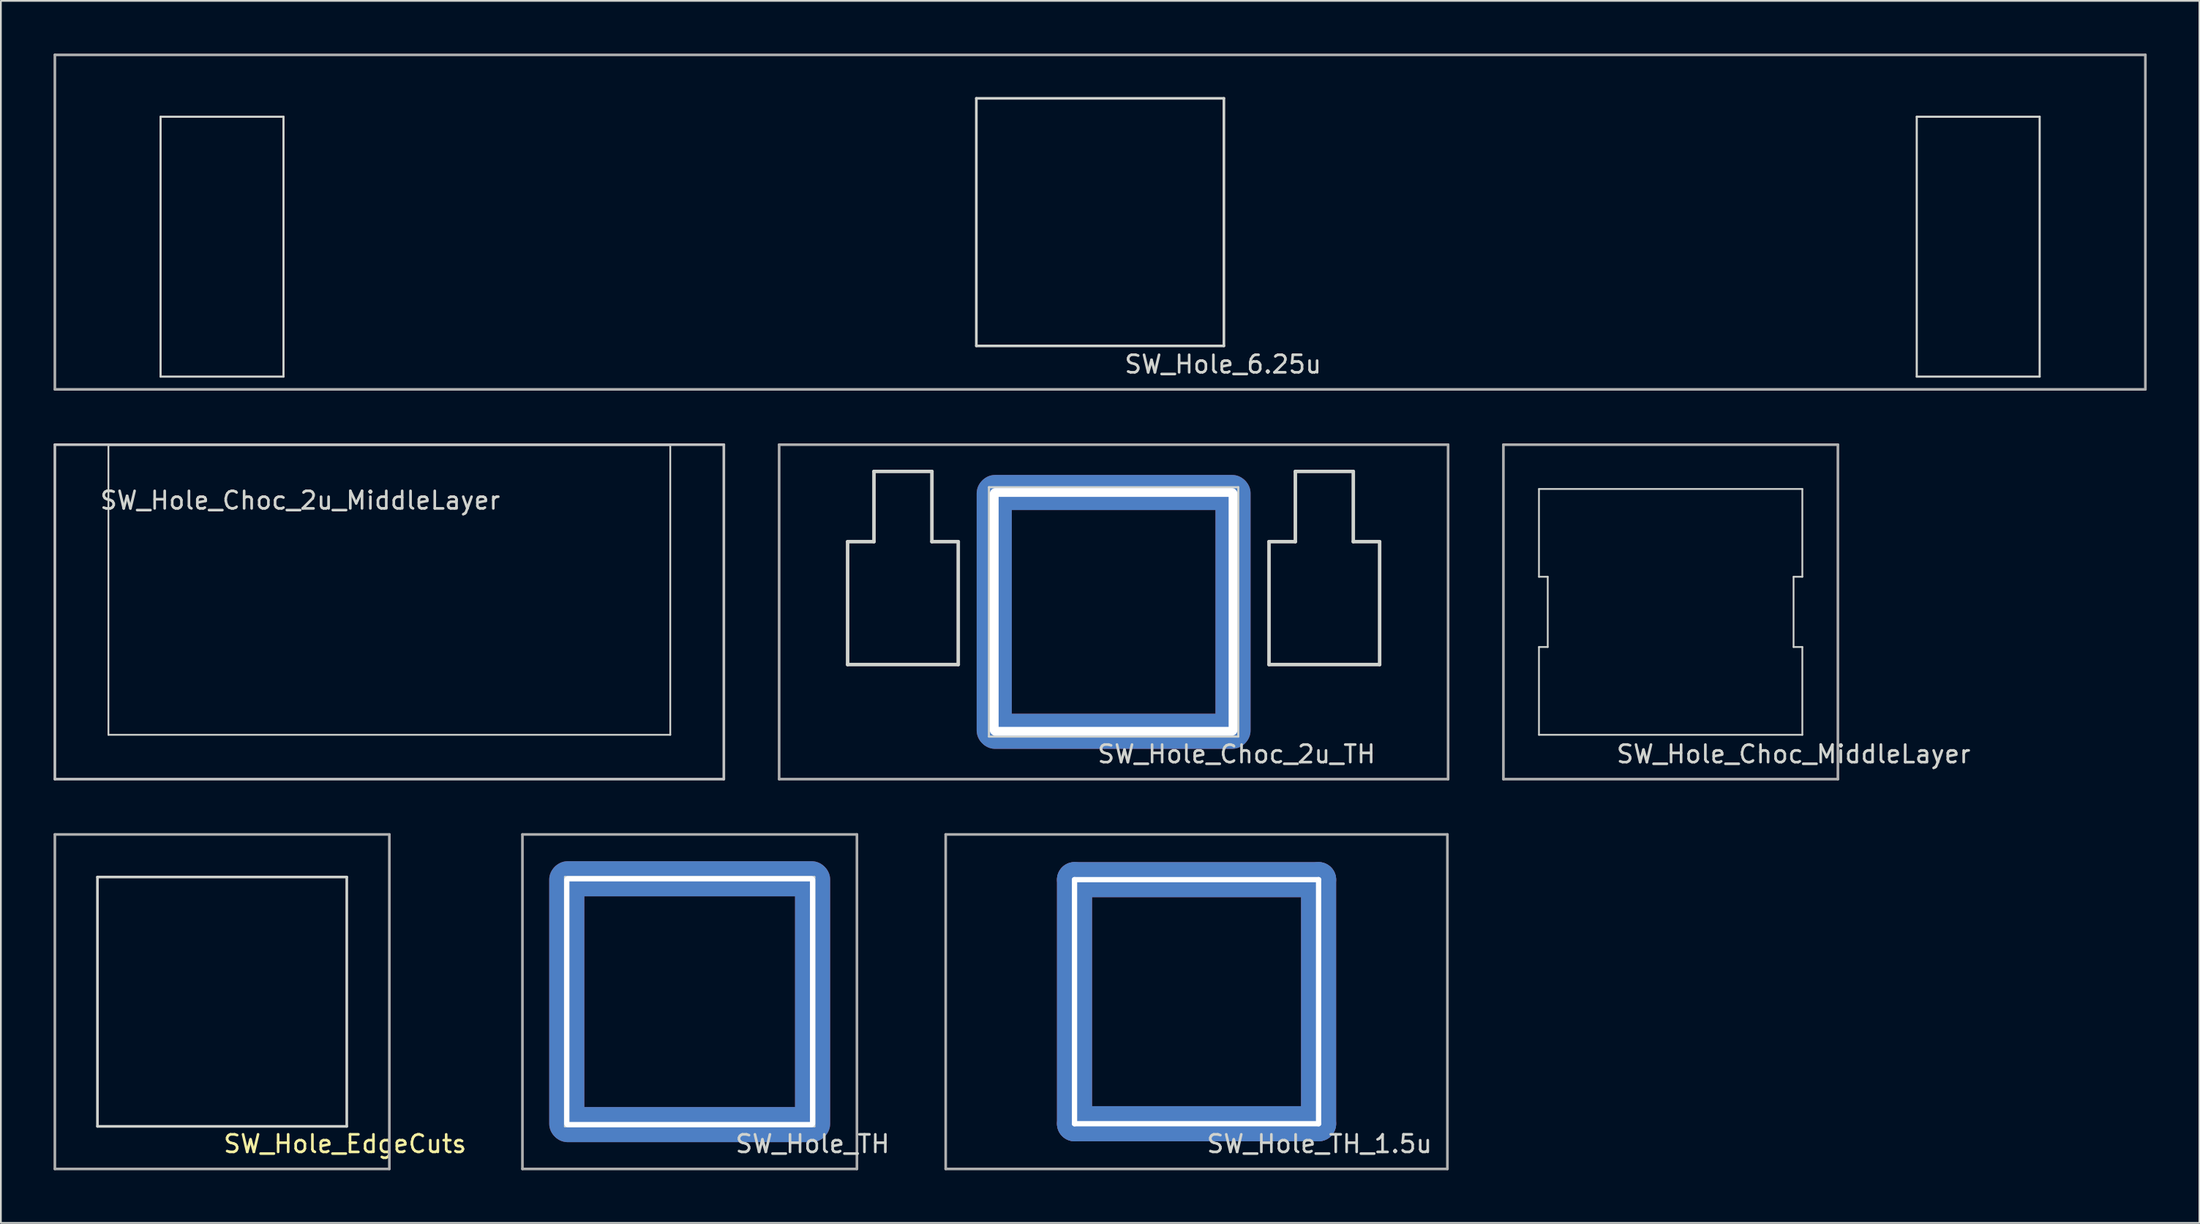
<source format=kicad_pcb>
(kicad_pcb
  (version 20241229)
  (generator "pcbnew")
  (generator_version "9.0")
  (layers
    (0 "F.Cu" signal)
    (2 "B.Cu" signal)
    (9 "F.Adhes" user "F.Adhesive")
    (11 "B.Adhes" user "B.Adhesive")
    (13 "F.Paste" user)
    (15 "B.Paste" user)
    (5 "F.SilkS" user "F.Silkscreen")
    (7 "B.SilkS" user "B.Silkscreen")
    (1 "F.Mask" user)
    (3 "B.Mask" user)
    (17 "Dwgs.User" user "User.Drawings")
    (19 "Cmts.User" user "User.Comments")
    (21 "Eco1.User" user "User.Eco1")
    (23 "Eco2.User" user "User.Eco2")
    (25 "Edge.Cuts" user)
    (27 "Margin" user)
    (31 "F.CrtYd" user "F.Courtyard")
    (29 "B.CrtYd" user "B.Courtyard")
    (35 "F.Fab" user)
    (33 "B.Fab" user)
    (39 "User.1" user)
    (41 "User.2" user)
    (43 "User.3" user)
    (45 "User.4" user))
  (footprint "SW_Hole_6.25u"
    (layer "F.Cu")
    (at 59.606 9.6)
    (property "Reference" "SW_Hole_6.25u" (at 7 8.1 0) (layer "Edge.Cuts") (effects (font (size 1 1) (thickness 0.15))))
    (attr through_hole)
    (fp_line (start -53.51 -6) (end -46.51 -6) (stroke (width 0.12) (type solid)) (layer "Edge.Cuts"))
    (fp_line (start -53.51 8.8) (end -53.51 -6) (stroke (width 0.12) (type solid)) (layer "Edge.Cuts"))
    (fp_line (start -46.51 -6) (end -46.51 8.8) (stroke (width 0.12) (type solid)) (layer "Edge.Cuts"))
    (fp_line (start -46.51 8.8) (end -53.51 8.8) (stroke (width 0.12) (type solid)) (layer "Edge.Cuts"))
    (fp_line (start -7.05 -7.05) (end 7.05 -7.05) (stroke (width 0.15) (type solid)) (layer "Edge.Cuts"))
    (fp_line (start -7.05 7.05) (end -7.05 -7.05) (stroke (width 0.15) (type solid)) (layer "Edge.Cuts"))
    (fp_line (start 7.05 -7.05) (end 7.05 7.05) (stroke (width 0.15) (type solid)) (layer "Edge.Cuts"))
    (fp_line (start 7.05 7.05) (end -7.05 7.05) (stroke (width 0.15) (type solid)) (layer "Edge.Cuts"))
    (fp_line (start 46.51 -6) (end 46.51 8.8) (stroke (width 0.12) (type solid)) (layer "Edge.Cuts"))
    (fp_line (start 46.51 8.8) (end 53.51 8.8) (stroke (width 0.12) (type solid)) (layer "Edge.Cuts"))
    (fp_line (start 53.51 -6) (end 46.51 -6) (stroke (width 0.12) (type solid)) (layer "Edge.Cuts"))
    (fp_line (start 53.51 8.8) (end 53.51 -6) (stroke (width 0.12) (type solid)) (layer "Edge.Cuts"))
    (fp_line (start -59.531 -9.525) (end -59.531 9.525) (stroke (width 0.15) (type solid)) (layer "F.Fab"))
    (fp_line (start -59.531 9.525) (end 59.531 9.525) (stroke (width 0.15) (type solid)) (layer "F.Fab"))
    (fp_line (start 59.531 -9.525) (end -59.531 -9.525) (stroke (width 0.15) (type solid)) (layer "F.Fab"))
    (fp_line (start 59.531 9.525) (end 59.531 -9.525) (stroke (width 0.15) (type solid)) (layer "F.Fab")))
  (footprint "SW_Hole_TH"
    (layer "F.Cu")
    (at 36.23 54)
    (property "Reference" "SW_Hole_TH" (at 7 8.1 0) (layer "Edge.Cuts") (effects (font (size 1 1) (thickness 0.15))))
    (attr through_hole)
    (fp_line (start -7.1 -7.1) (end 7.1 -7.1) (stroke (width 0.12) (type solid)) (layer "Edge.Cuts"))
    (fp_line (start -7.1 7.1) (end -7.1 -7.1) (stroke (width 0.12) (type solid)) (layer "Edge.Cuts"))
    (fp_line (start 7 7) (end -7 7) (stroke (width 0.12) (type solid)) (layer "Edge.Cuts"))
    (fp_line (start 7.1 -7.1) (end 7.1 7.1) (stroke (width 0.12) (type solid)) (layer "Edge.Cuts"))
    (fp_line (start 7.1 7.1) (end -7.1 7.1) (stroke (width 0.12) (type solid)) (layer "Edge.Cuts"))
    (fp_line (start -9.525 -9.525) (end -9.525 9.525) (stroke (width 0.15) (type solid)) (layer "F.Fab"))
    (fp_line (start -9.525 9.525) (end 9.525 9.525) (stroke (width 0.15) (type solid)) (layer "F.Fab"))
    (fp_line (start 9.525 -9.525) (end -9.525 -9.525) (stroke (width 0.15) (type solid)) (layer "F.Fab"))
    (fp_line (start 9.525 9.525) (end 9.525 -9.525) (stroke (width 0.15) (type solid)) (layer "F.Fab"))
    (pad "1" thru_hole oval (at -7 0) (size 2 15.9) (drill oval 0.3 14.2) (layers "*.Cu" "*.Mask"))
    (pad "1" thru_hole oval (at 0 -7 90) (size 2 15.9) (drill oval 0.3 14.2) (layers "*.Cu" "*.Mask"))
    (pad "1" thru_hole oval (at 0 7 90) (size 2 15.9) (drill oval 0.3 14.2) (layers "*.Cu" "*.Mask"))
    (pad "1" thru_hole oval (at 7 0) (size 2 15.9) (drill oval 0.3 14.2) (layers "*.Cu" "*.Mask")))
  (footprint "SW_Hole_EdgeCuts"
    (layer "F.Cu")
    (at 9.6 54)
    (property "Reference" "SW_Hole_EdgeCuts" (at 7 8.1 0) (layer "F.SilkS") (effects (font (size 1 1) (thickness 0.15))))
    (attr through_hole)
    (fp_line (start -7.1 -7.1) (end 7.1 -7.1) (stroke (width 0.15) (type solid)) (layer "Edge.Cuts"))
    (fp_line (start -7.1 7.1) (end -7.1 -7.1) (stroke (width 0.15) (type solid)) (layer "Edge.Cuts"))
    (fp_line (start 7.1 -7.1) (end 7.1 7.1) (stroke (width 0.15) (type solid)) (layer "Edge.Cuts"))
    (fp_line (start 7.1 7.1) (end -7.1 7.1) (stroke (width 0.15) (type solid)) (layer "Edge.Cuts"))
    (fp_line (start -9.525 -9.525) (end -9.525 9.525) (stroke (width 0.15) (type solid)) (layer "F.Fab"))
    (fp_line (start -9.525 9.525) (end 9.525 9.525) (stroke (width 0.15) (type solid)) (layer "F.Fab"))
    (fp_line (start 9.525 -9.525) (end -9.525 -9.525) (stroke (width 0.15) (type solid)) (layer "F.Fab"))
    (fp_line (start 9.525 9.525) (end 9.525 -9.525) (stroke (width 0.15) (type solid)) (layer "F.Fab")))
  (footprint "SW_Hole_Choc_MiddleLayer"
    (layer "F.Cu")
    (at 92.1 31.8)
    (property "Reference" "SW_Hole_Choc_MiddleLayer" (at 7 8.1 0) (layer "Edge.Cuts") (effects (font (size 1 1) (thickness 0.15))))
    (attr through_hole)
    (fp_line (start -7.5 -7) (end 7.5 -7) (stroke (width 0.1) (type solid)) (layer "Edge.Cuts"))
    (fp_line (start -7.5 -2) (end -7.5 -7) (stroke (width 0.1) (type solid)) (layer "Edge.Cuts"))
    (fp_line (start -7.5 7) (end -7.5 2) (stroke (width 0.1) (type solid)) (layer "Edge.Cuts"))
    (fp_line (start -7 -2) (end -7.5 -2) (stroke (width 0.1) (type solid)) (layer "Edge.Cuts"))
    (fp_line (start -7 2) (end -7.5 2) (stroke (width 0.1) (type solid)) (layer "Edge.Cuts"))
    (fp_line (start -7 2) (end -7 -2) (stroke (width 0.1) (type solid)) (layer "Edge.Cuts"))
    (fp_line (start 7 -2) (end 7 2) (stroke (width 0.1) (type solid)) (layer "Edge.Cuts"))
    (fp_line (start 7.5 -7) (end 7.5 -2) (stroke (width 0.1) (type solid)) (layer "Edge.Cuts"))
    (fp_line (start 7.5 -2) (end 7 -2) (stroke (width 0.1) (type solid)) (layer "Edge.Cuts"))
    (fp_line (start 7.5 2) (end 7 2) (stroke (width 0.1) (type solid)) (layer "Edge.Cuts"))
    (fp_line (start 7.5 2) (end 7.5 7) (stroke (width 0.1) (type solid)) (layer "Edge.Cuts"))
    (fp_line (start 7.5 7) (end -7.5 7) (stroke (width 0.1) (type solid)) (layer "Edge.Cuts"))
    (fp_line (start -9.525 -9.525) (end -9.525 9.525) (stroke (width 0.15) (type solid)) (layer "F.Fab"))
    (fp_line (start -9.525 9.525) (end 9.525 9.525) (stroke (width 0.15) (type solid)) (layer "F.Fab"))
    (fp_line (start 9.525 -9.525) (end -9.525 -9.525) (stroke (width 0.15) (type solid)) (layer "F.Fab"))
    (fp_line (start 9.525 9.525) (end 9.525 -9.525) (stroke (width 0.15) (type solid)) (layer "F.Fab")))
  (footprint "SW_Hole_TH_1.5u"
    (layer "F.Cu")
    (at 65.098 54)
    (property "Reference" "SW_Hole_TH_1.5u" (at 7 8.1 0) (layer "Edge.Cuts") (effects (font (size 1 1) (thickness 0.15))))
    (attr through_hole)
    (fp_line (start -14.287 -9.525) (end -14.287 9.525) (stroke (width 0.15) (type solid)) (layer "F.Fab"))
    (fp_line (start -14.287 9.525) (end 14.287 9.525) (stroke (width 0.15) (type solid)) (layer "F.Fab"))
    (fp_line (start 14.287 -9.525) (end -14.287 -9.525) (stroke (width 0.15) (type solid)) (layer "F.Fab"))
    (fp_line (start 14.287 9.525) (end 14.287 -9.525) (stroke (width 0.15) (type solid)) (layer "F.Fab"))
    (pad "1" thru_hole oval (at -6.95 0) (size 2 15.9) (drill oval 0.3 14.2) (layers "*.Cu" "*.Mask"))
    (pad "1" thru_hole oval (at 0 -6.95 90) (size 2 15.9) (drill oval 0.3 14.2) (layers "*.Cu" "*.Mask"))
    (pad "1" thru_hole oval (at 0 6.95 90) (size 2 15.9) (drill oval 0.3 14.2) (layers "*.Cu" "*.Mask"))
    (pad "1" thru_hole oval (at 6.95 0) (size 2 15.9) (drill oval 0.3 14.2) (layers "*.Cu" "*.Mask")))
  (footprint "SW_Hole_Choc_2u_MiddleLayer"
    (layer "F.Cu")
    (at 19.125 31.8)
    (property "Reference" "SW_Hole_Choc_2u_MiddleLayer" (at -5.08 -6.35 180) (layer "Edge.Cuts") (effects (font (size 1 1) (thickness 0.15))))
    (attr through_hole)
    (fp_line (start -19.05 -9.525) (end 19.05 -9.525) (stroke (width 0.15) (type solid)) (layer "Dwgs.User"))
    (fp_line (start -19.05 9.525) (end -19.05 -9.525) (stroke (width 0.15) (type solid)) (layer "Dwgs.User"))
    (fp_line (start 19.05 -9.525) (end 19.05 9.525) (stroke (width 0.15) (type solid)) (layer "Dwgs.User"))
    (fp_line (start 19.05 9.525) (end -19.05 9.525) (stroke (width 0.15) (type solid)) (layer "Dwgs.User"))
    (fp_line (start -16 -9.5) (end 16 -9.5) (stroke (width 0.1) (type solid)) (layer "Edge.Cuts"))
    (fp_line (start -16 7) (end -16 -9.5) (stroke (width 0.1) (type solid)) (layer "Edge.Cuts"))
    (fp_line (start 16 -9.5) (end 16 7) (stroke (width 0.1) (type solid)) (layer "Edge.Cuts"))
    (fp_line (start 16 7) (end -16 7) (stroke (width 0.1) (type solid)) (layer "Edge.Cuts")))
  (footprint "SW_Hole_Choc_2u_TH"
    (layer "F.Cu")
    (at 60.375 31.8)
    (property "Reference" "SW_Hole_Choc_2u_TH" (at 7 8.1 0) (layer "Edge.Cuts") (effects (font (size 1 1) (thickness 0.15))))
    (attr through_hole)
    (fp_line (start -15.15 -4) (end -15.15 3) (stroke (width 0.2) (type solid)) (layer "Edge.Cuts"))
    (fp_line (start -13.65 -8) (end -13.65 -4) (stroke (width 0.2) (type solid)) (layer "Edge.Cuts"))
    (fp_line (start -13.65 -8) (end -10.35 -8) (stroke (width 0.2) (type solid)) (layer "Edge.Cuts"))
    (fp_line (start -13.65 -4) (end -15.15 -4) (stroke (width 0.2) (type solid)) (layer "Edge.Cuts"))
    (fp_line (start -10.35 -8) (end -10.35 -4) (stroke (width 0.2) (type solid)) (layer "Edge.Cuts"))
    (fp_line (start -10.35 -4) (end -8.85 -4) (stroke (width 0.2) (type solid)) (layer "Edge.Cuts"))
    (fp_line (start -8.85 -4) (end -8.85 3) (stroke (width 0.2) (type solid)) (layer "Edge.Cuts"))
    (fp_line (start -8.85 3) (end -15.15 3) (stroke (width 0.2) (type solid)) (layer "Edge.Cuts"))
    (fp_line (start -7.1 -7.1) (end 7.1 -7.1) (stroke (width 0.12) (type solid)) (layer "Edge.Cuts"))
    (fp_line (start -7.1 7.1) (end -7.1 -7.1) (stroke (width 0.12) (type solid)) (layer "Edge.Cuts"))
    (fp_line (start 7.1 -7.1) (end 7.1 7.1) (stroke (width 0.12) (type solid)) (layer "Edge.Cuts"))
    (fp_line (start 7.1 7.1) (end -7.1 7.1) (stroke (width 0.12) (type solid)) (layer "Edge.Cuts"))
    (fp_line (start 8.85 -4) (end 8.85 3) (stroke (width 0.2) (type solid)) (layer "Edge.Cuts"))
    (fp_line (start 10.35 -8) (end 10.35 -4) (stroke (width 0.2) (type solid)) (layer "Edge.Cuts"))
    (fp_line (start 10.35 -8) (end 13.65 -8) (stroke (width 0.2) (type solid)) (layer "Edge.Cuts"))
    (fp_line (start 10.35 -4) (end 8.85 -4) (stroke (width 0.2) (type solid)) (layer "Edge.Cuts"))
    (fp_line (start 13.65 -8) (end 13.65 -4) (stroke (width 0.2) (type solid)) (layer "Edge.Cuts"))
    (fp_line (start 13.65 -4) (end 15.15 -4) (stroke (width 0.2) (type solid)) (layer "Edge.Cuts"))
    (fp_line (start 15.15 -4) (end 15.15 3) (stroke (width 0.2) (type solid)) (layer "Edge.Cuts"))
    (fp_line (start 15.15 3) (end 8.85 3) (stroke (width 0.2) (type solid)) (layer "Edge.Cuts"))
    (fp_line (start -19.05 -9.525) (end -19.05 9.525) (stroke (width 0.15) (type solid)) (layer "F.Fab"))
    (fp_line (start -19.05 9.525) (end 19.05 9.525) (stroke (width 0.15) (type solid)) (layer "F.Fab"))
    (fp_line (start 19.05 -9.525) (end -19.05 -9.525) (stroke (width 0.15) (type solid)) (layer "F.Fab"))
    (fp_line (start 19.05 9.525) (end 19.05 -9.525) (stroke (width 0.15) (type solid)) (layer "F.Fab"))
    (pad "1" thru_hole oval (at -6.8 0) (size 2 15.5) (drill oval 0.5 14) (layers "*.Cu" "*.Mask"))
    (pad "1" thru_hole oval (at 0 -6.8 90) (size 2 15.5) (drill oval 0.5 14) (layers "*.Cu" "*.Mask"))
    (pad "1" thru_hole oval (at 0 6.8 90) (size 2 15.5) (drill oval 0.5 14) (layers "*.Cu" "*.Mask"))
    (pad "1" thru_hole oval (at 6.8 0) (size 2 15.5) (drill oval 0.5 14) (layers "*.Cu" "*.Mask")))
  (gr_rect
    (start -3 -3)
    (end 122.213 66.6)
    (stroke (width 0.1) (type default))
    (fill no)
    (layer "Edge.Cuts")))
</source>
